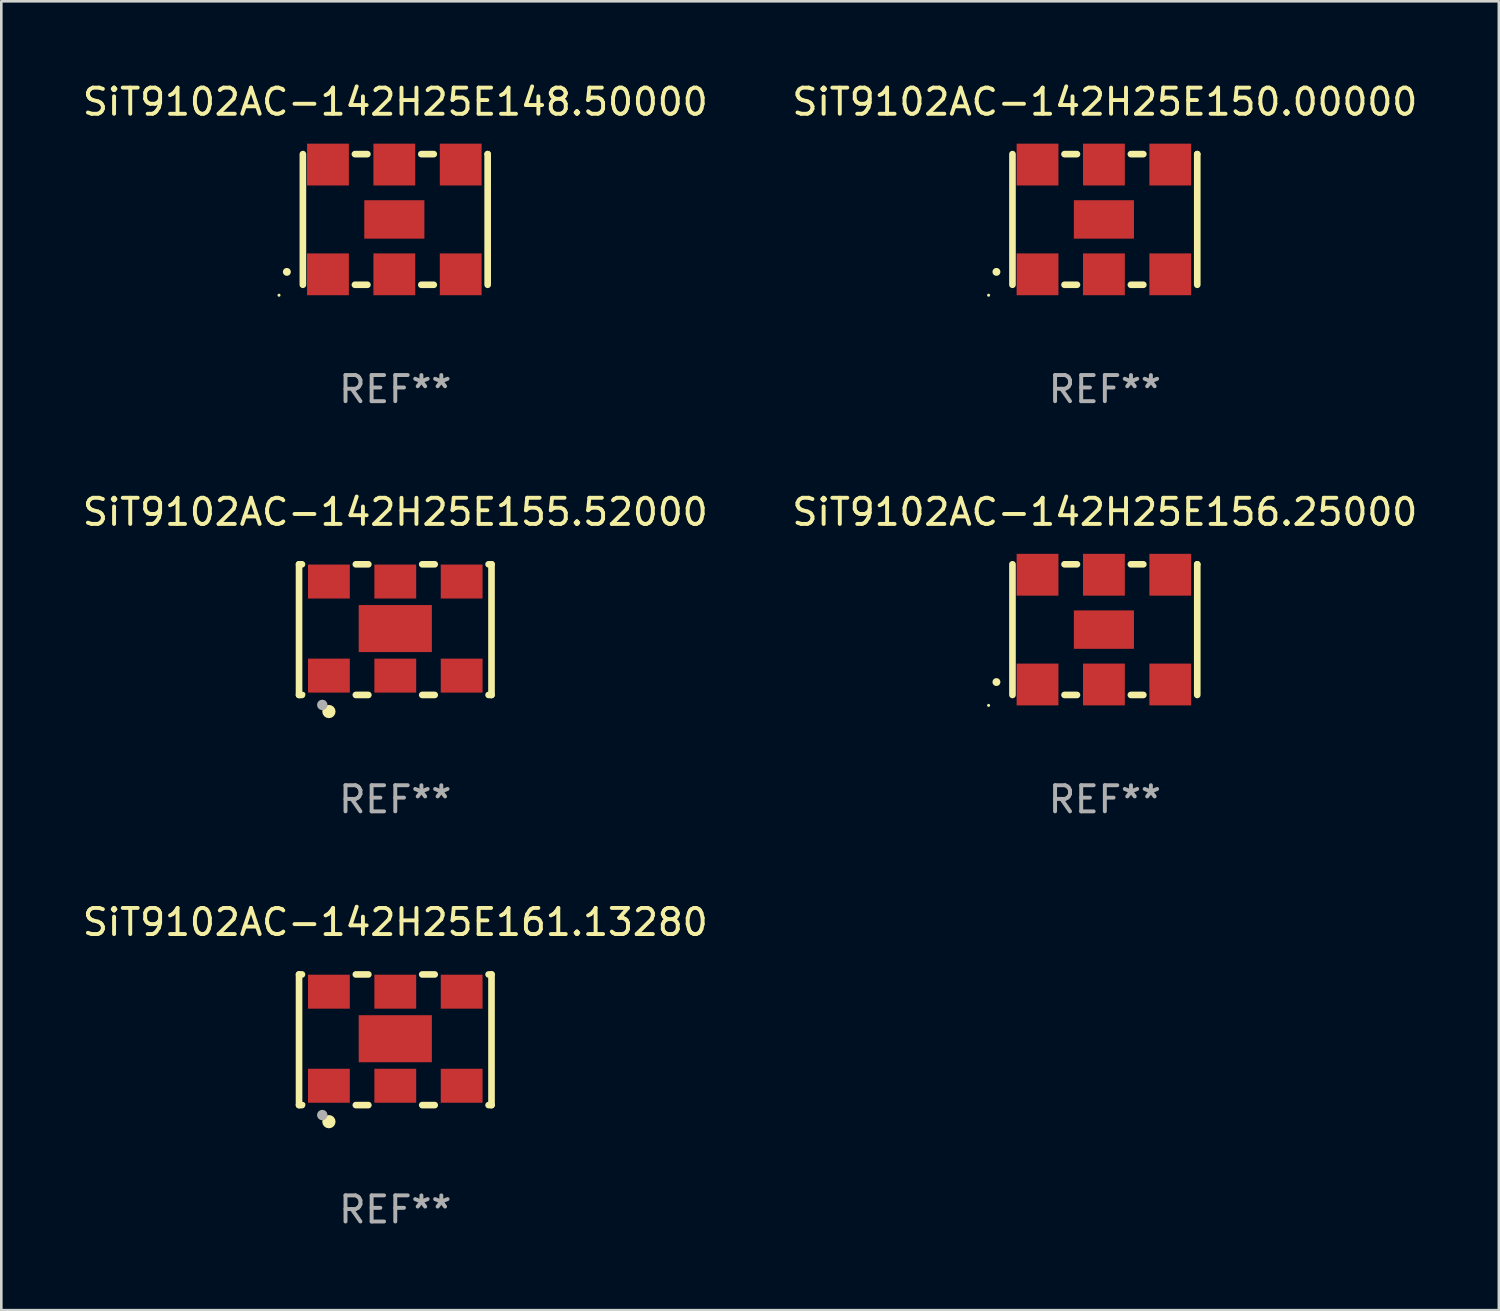
<source format=kicad_pcb>
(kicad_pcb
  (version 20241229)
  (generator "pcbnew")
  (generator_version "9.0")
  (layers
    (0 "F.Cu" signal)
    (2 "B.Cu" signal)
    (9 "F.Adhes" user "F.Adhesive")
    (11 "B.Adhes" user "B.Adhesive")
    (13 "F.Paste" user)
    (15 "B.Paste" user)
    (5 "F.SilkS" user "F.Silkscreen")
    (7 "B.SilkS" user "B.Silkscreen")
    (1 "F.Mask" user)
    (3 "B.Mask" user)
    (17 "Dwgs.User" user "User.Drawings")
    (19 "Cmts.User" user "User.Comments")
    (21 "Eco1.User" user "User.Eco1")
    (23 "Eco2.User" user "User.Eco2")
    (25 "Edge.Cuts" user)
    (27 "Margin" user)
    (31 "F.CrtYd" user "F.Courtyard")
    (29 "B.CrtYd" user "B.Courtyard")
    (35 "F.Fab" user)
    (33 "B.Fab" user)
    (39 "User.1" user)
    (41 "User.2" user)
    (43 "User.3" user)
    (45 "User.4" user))
  (footprint "SiT9102AC-142H25E148.50000"
    (layer "F.Cu")
    (at 12.077 5.348)
    (property "Reference" "SiT9102AC-142H25E148.50000" (at 0 -4.5 0) (layer "F.SilkS") (effects (font (size 1 1) (thickness 0.15))))
    (attr through_hole)
    (fp_line (start -3.536 -2.5) (end -3.536 2.5) (stroke (width 0.254) (type solid)) (layer "F.SilkS"))
    (fp_line (start -1.544 2.5) (end -1.067 2.5) (stroke (width 0.254) (type solid)) (layer "F.SilkS"))
    (fp_line (start -1.067 -2.5) (end -1.544 -2.5) (stroke (width 0.254) (type solid)) (layer "F.SilkS"))
    (fp_line (start 0.996 2.5) (end 1.473 2.5) (stroke (width 0.254) (type solid)) (layer "F.SilkS"))
    (fp_line (start 1.473 -2.5) (end 0.996 -2.5) (stroke (width 0.254) (type solid)) (layer "F.SilkS"))
    (fp_line (start 3.536 -2.5) (end 3.536 -2.5) (stroke (width 0.254) (type solid)) (layer "F.SilkS"))
    (fp_line (start 3.536 2.5) (end 3.536 -2.5) (stroke (width 0.254) (type solid)) (layer "F.SilkS"))
    (fp_arc (start -4.150432 2.006604) (mid -4.149162 2.006599) (end -4.147892 2.006604) (stroke (width 0.3) (type solid)) (layer "F.SilkS"))
    (fp_circle (center -4.449 2.9) (end -4.419 2.9) (stroke (width 0.06) (type solid)) (fill no) (layer "F.SilkS"))
    (fp_text user "REF**" (at 0 6.5 0) (layer "F.Fab") (effects (font (size 1 1) (thickness 0.15))))
    (pad "1" smd rect (at -2.576 2.1) (size 1.6 1.6) (layers "F.Cu" "F.Mask" "F.Paste"))
    (pad "2" smd rect (at -0.036 2.1) (size 1.6 1.6) (layers "F.Cu" "F.Mask" "F.Paste"))
    (pad "3" smd rect (at 2.504 2.1) (size 1.6 1.6) (layers "F.Cu" "F.Mask" "F.Paste"))
    (pad "4" smd rect (at 2.504 -2.1) (size 1.6 1.6) (layers "F.Cu" "F.Mask" "F.Paste"))
    (pad "5" smd rect (at -0.036 -2.1) (size 1.6 1.6) (layers "F.Cu" "F.Mask" "F.Paste"))
    (pad "6" smd rect (at -2.576 -2.1) (size 1.6 1.6) (layers "F.Cu" "F.Mask" "F.Paste"))
    (pad "7" smd rect (at -0.036 0) (size 2.3 1.47) (layers "F.Cu" "F.Mask" "F.Paste")))
  (footprint "SiT9102AC-142H25E150.00000"
    (layer "F.Cu")
    (at 39.232 5.348)
    (property "Reference" "SiT9102AC-142H25E150.00000" (at 0 -4.5 0) (layer "F.SilkS") (effects (font (size 1 1) (thickness 0.15))))
    (attr through_hole)
    (fp_line (start -3.536 -2.5) (end -3.536 2.5) (stroke (width 0.254) (type solid)) (layer "F.SilkS"))
    (fp_line (start -1.544 2.5) (end -1.067 2.5) (stroke (width 0.254) (type solid)) (layer "F.SilkS"))
    (fp_line (start -1.067 -2.5) (end -1.544 -2.5) (stroke (width 0.254) (type solid)) (layer "F.SilkS"))
    (fp_line (start 0.996 2.5) (end 1.473 2.5) (stroke (width 0.254) (type solid)) (layer "F.SilkS"))
    (fp_line (start 1.473 -2.5) (end 0.996 -2.5) (stroke (width 0.254) (type solid)) (layer "F.SilkS"))
    (fp_line (start 3.536 -2.5) (end 3.536 -2.5) (stroke (width 0.254) (type solid)) (layer "F.SilkS"))
    (fp_line (start 3.536 2.5) (end 3.536 -2.5) (stroke (width 0.254) (type solid)) (layer "F.SilkS"))
    (fp_arc (start -4.150432 2.006604) (mid -4.149162 2.006599) (end -4.147892 2.006604) (stroke (width 0.3) (type solid)) (layer "F.SilkS"))
    (fp_circle (center -4.449 2.9) (end -4.419 2.9) (stroke (width 0.06) (type solid)) (fill no) (layer "F.SilkS"))
    (fp_text user "REF**" (at 0 6.5 0) (layer "F.Fab") (effects (font (size 1 1) (thickness 0.15))))
    (pad "1" smd rect (at -2.576 2.1) (size 1.6 1.6) (layers "F.Cu" "F.Mask" "F.Paste"))
    (pad "2" smd rect (at -0.036 2.1) (size 1.6 1.6) (layers "F.Cu" "F.Mask" "F.Paste"))
    (pad "3" smd rect (at 2.504 2.1) (size 1.6 1.6) (layers "F.Cu" "F.Mask" "F.Paste"))
    (pad "4" smd rect (at 2.504 -2.1) (size 1.6 1.6) (layers "F.Cu" "F.Mask" "F.Paste"))
    (pad "5" smd rect (at -0.036 -2.1) (size 1.6 1.6) (layers "F.Cu" "F.Mask" "F.Paste"))
    (pad "6" smd rect (at -2.576 -2.1) (size 1.6 1.6) (layers "F.Cu" "F.Mask" "F.Paste"))
    (pad "7" smd rect (at -0.036 0) (size 2.3 1.47) (layers "F.Cu" "F.Mask" "F.Paste")))
  (footprint "SiT9102AC-142H25E155.52000"
    (layer "F.Cu")
    (at 12.077 21.045)
    (property "Reference" "SiT9102AC-142H25E155.52000" (at 0 -4.5 0) (layer "F.SilkS") (effects (font (size 1 1) (thickness 0.15))))
    (attr through_hole)
    (fp_line (start -3.683 -2.5) (end -3.571 -2.5) (stroke (width 0.254) (type solid)) (layer "F.SilkS"))
    (fp_line (start -3.683 2.5) (end -3.683 -2.5) (stroke (width 0.254) (type solid)) (layer "F.SilkS"))
    (fp_line (start -3.683 2.5) (end -3.571 2.5) (stroke (width 0.254) (type solid)) (layer "F.SilkS"))
    (fp_line (start -1.509 -2.5) (end -1.031 -2.5) (stroke (width 0.254) (type solid)) (layer "F.SilkS"))
    (fp_line (start -1.509 2.5) (end -1.031 2.5) (stroke (width 0.254) (type solid)) (layer "F.SilkS"))
    (fp_line (start 1.031 -2.5) (end 1.509 -2.5) (stroke (width 0.254) (type solid)) (layer "F.SilkS"))
    (fp_line (start 1.031 2.5) (end 1.509 2.5) (stroke (width 0.254) (type solid)) (layer "F.SilkS"))
    (fp_line (start 3.571 -2.5) (end 3.683 -2.5) (stroke (width 0.254) (type solid)) (layer "F.SilkS"))
    (fp_line (start 3.571 2.5) (end 3.683 2.5) (stroke (width 0.254) (type solid)) (layer "F.SilkS"))
    (fp_line (start 3.683 2.5) (end 3.683 -2.5) (stroke (width 0.254) (type solid)) (layer "F.SilkS"))
    (fp_circle (center -3.5 2.46) (end -3.47 2.46) (stroke (width 0.06) (type solid)) (fill no) (layer "F.SilkS"))
    (fp_circle (center -2.54 3.135) (end -2.413 3.135) (stroke (width 0.254) (type solid)) (fill no) (layer "F.SilkS"))
    (fp_circle (center -2.794 2.881) (end -2.694 2.881) (stroke (width 0.2) (type solid)) (fill no) (layer "F.Fab"))
    (fp_text user "REF**" (at 0 6.5 0) (layer "F.Fab") (effects (font (size 1 1) (thickness 0.15))))
    (pad "1" smd rect (at -2.54 1.76) (size 1.6 1.3) (layers "F.Cu" "F.Mask" "F.Paste"))
    (pad "2" smd rect (at 0 1.76) (size 1.6 1.3) (layers "F.Cu" "F.Mask" "F.Paste"))
    (pad "3" smd rect (at 2.54 1.76) (size 1.6 1.3) (layers "F.Cu" "F.Mask" "F.Paste"))
    (pad "4" smd rect (at 2.54 -1.84) (size 1.6 1.3) (layers "F.Cu" "F.Mask" "F.Paste"))
    (pad "5" smd rect (at 0 -1.84) (size 1.6 1.3) (layers "F.Cu" "F.Mask" "F.Paste"))
    (pad "6" smd rect (at -2.54 -1.84) (size 1.6 1.3) (layers "F.Cu" "F.Mask" "F.Paste"))
    (pad "7" smd rect (at 0 -0.04) (size 2.8 1.8) (layers "F.Cu" "F.Mask" "F.Paste")))
  (footprint "SiT9102AC-142H25E161.13280"
    (layer "F.Cu")
    (at 12.077 36.741)
    (property "Reference" "SiT9102AC-142H25E161.13280" (at 0 -4.5 0) (layer "F.SilkS") (effects (font (size 1 1) (thickness 0.15))))
    (attr through_hole)
    (fp_line (start -3.683 -2.5) (end -3.571 -2.5) (stroke (width 0.254) (type solid)) (layer "F.SilkS"))
    (fp_line (start -3.683 2.5) (end -3.683 -2.5) (stroke (width 0.254) (type solid)) (layer "F.SilkS"))
    (fp_line (start -3.683 2.5) (end -3.571 2.5) (stroke (width 0.254) (type solid)) (layer "F.SilkS"))
    (fp_line (start -1.509 -2.5) (end -1.031 -2.5) (stroke (width 0.254) (type solid)) (layer "F.SilkS"))
    (fp_line (start -1.509 2.5) (end -1.031 2.5) (stroke (width 0.254) (type solid)) (layer "F.SilkS"))
    (fp_line (start 1.031 -2.5) (end 1.509 -2.5) (stroke (width 0.254) (type solid)) (layer "F.SilkS"))
    (fp_line (start 1.031 2.5) (end 1.509 2.5) (stroke (width 0.254) (type solid)) (layer "F.SilkS"))
    (fp_line (start 3.571 -2.5) (end 3.683 -2.5) (stroke (width 0.254) (type solid)) (layer "F.SilkS"))
    (fp_line (start 3.571 2.5) (end 3.683 2.5) (stroke (width 0.254) (type solid)) (layer "F.SilkS"))
    (fp_line (start 3.683 2.5) (end 3.683 -2.5) (stroke (width 0.254) (type solid)) (layer "F.SilkS"))
    (fp_circle (center -3.5 2.46) (end -3.47 2.46) (stroke (width 0.06) (type solid)) (fill no) (layer "F.SilkS"))
    (fp_circle (center -2.54 3.135) (end -2.413 3.135) (stroke (width 0.254) (type solid)) (fill no) (layer "F.SilkS"))
    (fp_circle (center -2.794 2.881) (end -2.694 2.881) (stroke (width 0.2) (type solid)) (fill no) (layer "F.Fab"))
    (fp_text user "REF**" (at 0 6.5 0) (layer "F.Fab") (effects (font (size 1 1) (thickness 0.15))))
    (pad "1" smd rect (at -2.54 1.76) (size 1.6 1.3) (layers "F.Cu" "F.Mask" "F.Paste"))
    (pad "2" smd rect (at 0 1.76) (size 1.6 1.3) (layers "F.Cu" "F.Mask" "F.Paste"))
    (pad "3" smd rect (at 2.54 1.76) (size 1.6 1.3) (layers "F.Cu" "F.Mask" "F.Paste"))
    (pad "4" smd rect (at 2.54 -1.84) (size 1.6 1.3) (layers "F.Cu" "F.Mask" "F.Paste"))
    (pad "5" smd rect (at 0 -1.84) (size 1.6 1.3) (layers "F.Cu" "F.Mask" "F.Paste"))
    (pad "6" smd rect (at -2.54 -1.84) (size 1.6 1.3) (layers "F.Cu" "F.Mask" "F.Paste"))
    (pad "7" smd rect (at 0 -0.04) (size 2.8 1.8) (layers "F.Cu" "F.Mask" "F.Paste")))
  (footprint "SiT9102AC-142H25E156.25000"
    (layer "F.Cu")
    (at 39.232 21.045)
    (property "Reference" "SiT9102AC-142H25E156.25000" (at 0 -4.5 0) (layer "F.SilkS") (effects (font (size 1 1) (thickness 0.15))))
    (attr through_hole)
    (fp_line (start -3.536 -2.5) (end -3.536 2.5) (stroke (width 0.254) (type solid)) (layer "F.SilkS"))
    (fp_line (start -1.544 2.5) (end -1.067 2.5) (stroke (width 0.254) (type solid)) (layer "F.SilkS"))
    (fp_line (start -1.067 -2.5) (end -1.544 -2.5) (stroke (width 0.254) (type solid)) (layer "F.SilkS"))
    (fp_line (start 0.996 2.5) (end 1.473 2.5) (stroke (width 0.254) (type solid)) (layer "F.SilkS"))
    (fp_line (start 1.473 -2.5) (end 0.996 -2.5) (stroke (width 0.254) (type solid)) (layer "F.SilkS"))
    (fp_line (start 3.536 -2.5) (end 3.536 -2.5) (stroke (width 0.254) (type solid)) (layer "F.SilkS"))
    (fp_line (start 3.536 2.5) (end 3.536 -2.5) (stroke (width 0.254) (type solid)) (layer "F.SilkS"))
    (fp_arc (start -4.150432 2.006604) (mid -4.149162 2.006599) (end -4.147892 2.006604) (stroke (width 0.3) (type solid)) (layer "F.SilkS"))
    (fp_circle (center -4.449 2.9) (end -4.419 2.9) (stroke (width 0.06) (type solid)) (fill no) (layer "F.SilkS"))
    (fp_text user "REF**" (at 0 6.5 0) (layer "F.Fab") (effects (font (size 1 1) (thickness 0.15))))
    (pad "1" smd rect (at -2.576 2.1) (size 1.6 1.6) (layers "F.Cu" "F.Mask" "F.Paste"))
    (pad "2" smd rect (at -0.036 2.1) (size 1.6 1.6) (layers "F.Cu" "F.Mask" "F.Paste"))
    (pad "3" smd rect (at 2.504 2.1) (size 1.6 1.6) (layers "F.Cu" "F.Mask" "F.Paste"))
    (pad "4" smd rect (at 2.504 -2.1) (size 1.6 1.6) (layers "F.Cu" "F.Mask" "F.Paste"))
    (pad "5" smd rect (at -0.036 -2.1) (size 1.6 1.6) (layers "F.Cu" "F.Mask" "F.Paste"))
    (pad "6" smd rect (at -2.576 -2.1) (size 1.6 1.6) (layers "F.Cu" "F.Mask" "F.Paste"))
    (pad "7" smd rect (at -0.036 0) (size 2.3 1.47) (layers "F.Cu" "F.Mask" "F.Paste")))
  (gr_rect
    (start -3 -3)
    (end 54.31 47.09)
    (stroke (width 0.1) (type default))
    (fill no)
    (layer "Edge.Cuts")))
</source>
